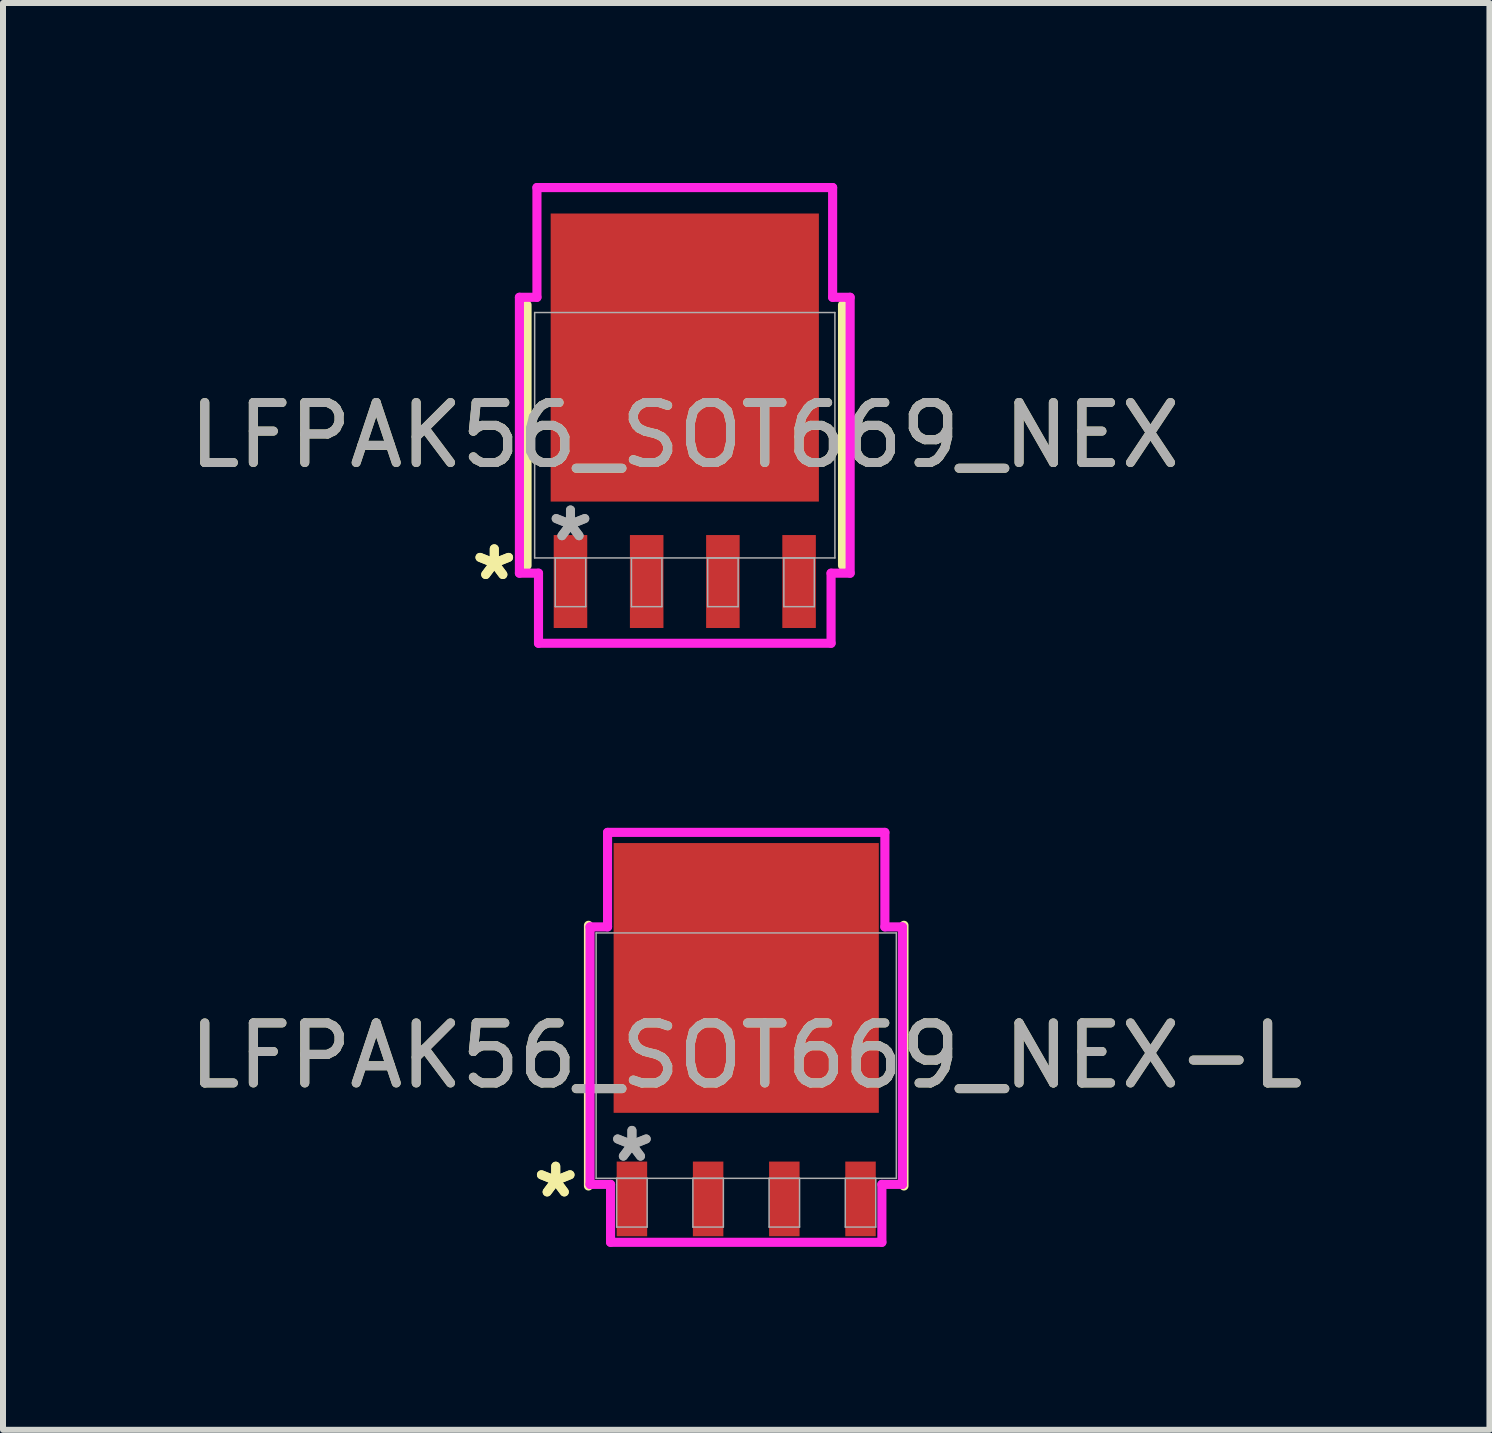
<source format=kicad_pcb>
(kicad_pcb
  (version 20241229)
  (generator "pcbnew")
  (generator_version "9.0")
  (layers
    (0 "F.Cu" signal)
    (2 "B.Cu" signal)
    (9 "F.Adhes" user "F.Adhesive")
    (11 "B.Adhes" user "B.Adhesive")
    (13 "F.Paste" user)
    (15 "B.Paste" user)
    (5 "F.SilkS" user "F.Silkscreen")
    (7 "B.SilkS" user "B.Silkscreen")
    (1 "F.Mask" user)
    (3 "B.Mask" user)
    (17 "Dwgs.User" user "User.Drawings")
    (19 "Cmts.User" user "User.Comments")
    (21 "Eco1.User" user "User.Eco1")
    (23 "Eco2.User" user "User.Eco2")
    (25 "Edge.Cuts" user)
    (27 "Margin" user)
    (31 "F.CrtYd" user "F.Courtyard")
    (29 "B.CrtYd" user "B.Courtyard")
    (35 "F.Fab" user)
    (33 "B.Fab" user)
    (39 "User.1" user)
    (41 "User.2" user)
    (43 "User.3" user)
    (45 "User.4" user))
  (footprint "LFPAK56_SOT669_NEX-L"
    (layer "F.Cu")
    (at 9.387 14.544)
    (property "Reference" "LFPAK56_SOT669_NEX-L" (at 0 0 0) (unlocked yes) (layer "F.SilkS") (effects (font (size 1 1) (thickness 0.15))))
    (attr smd)
    (fp_line (start -2.629 -2.172) (end -2.629 2.172) (stroke (width 0.152) (type solid)) (layer "F.SilkS"))
    (fp_line (start 2.629 2.172) (end 2.629 -2.172) (stroke (width 0.152) (type solid)) (layer "F.SilkS"))
    (fp_line (start -2.603 -2.146) (end -2.311 -2.146) (stroke (width 0.152) (type solid)) (layer "F.CrtYd"))
    (fp_line (start -2.603 2.146) (end -2.603 -2.146) (stroke (width 0.152) (type solid)) (layer "F.CrtYd"))
    (fp_line (start -2.311 -3.721) (end 2.311 -3.721) (stroke (width 0.152) (type solid)) (layer "F.CrtYd"))
    (fp_line (start -2.311 -2.146) (end -2.311 -3.721) (stroke (width 0.152) (type solid)) (layer "F.CrtYd"))
    (fp_line (start -2.261 2.146) (end -2.603 2.146) (stroke (width 0.152) (type solid)) (layer "F.CrtYd"))
    (fp_line (start -2.261 3.111) (end -2.261 2.146) (stroke (width 0.152) (type solid)) (layer "F.CrtYd"))
    (fp_line (start 2.261 2.146) (end 2.261 3.111) (stroke (width 0.152) (type solid)) (layer "F.CrtYd"))
    (fp_line (start 2.261 3.111) (end -2.261 3.111) (stroke (width 0.152) (type solid)) (layer "F.CrtYd"))
    (fp_line (start 2.311 -3.721) (end 2.311 -2.146) (stroke (width 0.152) (type solid)) (layer "F.CrtYd"))
    (fp_line (start 2.311 -2.146) (end 2.603 -2.146) (stroke (width 0.152) (type solid)) (layer "F.CrtYd"))
    (fp_line (start 2.603 -2.146) (end 2.603 2.146) (stroke (width 0.152) (type solid)) (layer "F.CrtYd"))
    (fp_line (start 2.603 2.146) (end 2.261 2.146) (stroke (width 0.152) (type solid)) (layer "F.CrtYd"))
    (fp_line (start -2.502 -2.045) (end -2.502 2.045) (stroke (width 0.025) (type solid)) (layer "F.Fab"))
    (fp_line (start -2.502 2.045) (end 2.502 2.045) (stroke (width 0.025) (type solid)) (layer "F.Fab"))
    (fp_line (start -2.159 2.045) (end -2.159 2.857) (stroke (width 0.025) (type solid)) (layer "F.Fab"))
    (fp_line (start -2.159 2.857) (end -1.651 2.857) (stroke (width 0.025) (type solid)) (layer "F.Fab"))
    (fp_line (start -1.651 2.045) (end -2.159 2.045) (stroke (width 0.025) (type solid)) (layer "F.Fab"))
    (fp_line (start -1.651 2.857) (end -1.651 2.045) (stroke (width 0.025) (type solid)) (layer "F.Fab"))
    (fp_line (start -0.889 2.045) (end -0.889 2.857) (stroke (width 0.025) (type solid)) (layer "F.Fab"))
    (fp_line (start -0.889 2.857) (end -0.381 2.857) (stroke (width 0.025) (type solid)) (layer "F.Fab"))
    (fp_line (start -0.381 2.045) (end -0.889 2.045) (stroke (width 0.025) (type solid)) (layer "F.Fab"))
    (fp_line (start -0.381 2.857) (end -0.381 2.045) (stroke (width 0.025) (type solid)) (layer "F.Fab"))
    (fp_line (start 0.381 2.045) (end 0.381 2.857) (stroke (width 0.025) (type solid)) (layer "F.Fab"))
    (fp_line (start 0.381 2.857) (end 0.889 2.857) (stroke (width 0.025) (type solid)) (layer "F.Fab"))
    (fp_line (start 0.889 2.045) (end 0.381 2.045) (stroke (width 0.025) (type solid)) (layer "F.Fab"))
    (fp_line (start 0.889 2.857) (end 0.889 2.045) (stroke (width 0.025) (type solid)) (layer "F.Fab"))
    (fp_line (start 1.651 2.045) (end 1.651 2.857) (stroke (width 0.025) (type solid)) (layer "F.Fab"))
    (fp_line (start 1.651 2.857) (end 2.159 2.857) (stroke (width 0.025) (type solid)) (layer "F.Fab"))
    (fp_line (start 2.159 2.045) (end 1.651 2.045) (stroke (width 0.025) (type solid)) (layer "F.Fab"))
    (fp_line (start 2.159 2.857) (end 2.159 2.045) (stroke (width 0.025) (type solid)) (layer "F.Fab"))
    (fp_line (start 2.502 -2.045) (end -2.502 -2.045) (stroke (width 0.025) (type solid)) (layer "F.Fab"))
    (fp_line (start 2.502 2.045) (end 2.502 -2.045) (stroke (width 0.025) (type solid)) (layer "F.Fab"))
    (fp_text user "*" (at -3.175 2.388 0) (unlocked yes) (layer "F.SilkS") (effects (font (size 1 1) (thickness 0.15))))
    (fp_text user "*" (at -3.175 2.388 0) (layer "F.SilkS") (effects (font (size 1 1) (thickness 0.15))))
    (fp_text user "${REFERENCE}" (at 0 0 0) (unlocked yes) (layer "F.Fab") (effects (font (size 1 1) (thickness 0.15))))
    (fp_text user "*" (at -1.905 1.791 0) (layer "F.Fab") (effects (font (size 1 1) (thickness 0.15))))
    (fp_text user "*" (at -1.905 1.791 0) (unlocked yes) (layer "F.Fab") (effects (font (size 1 1) (thickness 0.15))))
    (pad "1" smd rect (at -1.905 2.388) (size 0.508 1.245) (layers "F.Cu" "F.Mask" "F.Paste"))
    (pad "2" smd rect (at -0.635 2.388) (size 0.508 1.245) (layers "F.Cu" "F.Mask" "F.Paste"))
    (pad "3" smd rect (at 0.635 2.388) (size 0.508 1.245) (layers "F.Cu" "F.Mask" "F.Paste"))
    (pad "4" smd rect (at 1.905 2.388) (size 0.508 1.245) (layers "F.Cu" "F.Mask" "F.Paste"))
    (pad "5" smd rect (at 0 -1.295) (size 4.42 4.496) (layers "F.Cu" "F.Mask" "F.Paste")))
  (footprint "LFPAK56_SOT669_NEX"
    (layer "F.Cu")
    (at 8.363 4.204)
    (property "Reference" "LFPAK56_SOT669_NEX" (at 0 0 0) (unlocked yes) (layer "F.SilkS") (effects (font (size 1 1) (thickness 0.15))))
    (attr smd)
    (fp_line (start -2.629 -2.172) (end -2.629 2.172) (stroke (width 0.152) (type solid)) (layer "F.SilkS"))
    (fp_line (start 2.629 2.172) (end 2.629 -2.172) (stroke (width 0.152) (type solid)) (layer "F.SilkS"))
    (fp_line (start -2.756 -2.299) (end -2.464 -2.299) (stroke (width 0.152) (type solid)) (layer "F.CrtYd"))
    (fp_line (start -2.756 2.299) (end -2.756 -2.299) (stroke (width 0.152) (type solid)) (layer "F.CrtYd"))
    (fp_line (start -2.464 -4.128) (end 2.464 -4.128) (stroke (width 0.152) (type solid)) (layer "F.CrtYd"))
    (fp_line (start -2.464 -2.299) (end -2.464 -4.128) (stroke (width 0.152) (type solid)) (layer "F.CrtYd"))
    (fp_line (start -2.438 2.299) (end -2.756 2.299) (stroke (width 0.152) (type solid)) (layer "F.CrtYd"))
    (fp_line (start -2.438 3.467) (end -2.438 2.299) (stroke (width 0.152) (type solid)) (layer "F.CrtYd"))
    (fp_line (start 2.438 2.299) (end 2.438 3.467) (stroke (width 0.152) (type solid)) (layer "F.CrtYd"))
    (fp_line (start 2.438 3.467) (end -2.438 3.467) (stroke (width 0.152) (type solid)) (layer "F.CrtYd"))
    (fp_line (start 2.464 -4.128) (end 2.464 -2.299) (stroke (width 0.152) (type solid)) (layer "F.CrtYd"))
    (fp_line (start 2.464 -2.299) (end 2.756 -2.299) (stroke (width 0.152) (type solid)) (layer "F.CrtYd"))
    (fp_line (start 2.756 -2.299) (end 2.756 2.299) (stroke (width 0.152) (type solid)) (layer "F.CrtYd"))
    (fp_line (start 2.756 2.299) (end 2.438 2.299) (stroke (width 0.152) (type solid)) (layer "F.CrtYd"))
    (fp_line (start -2.502 -2.045) (end -2.502 2.045) (stroke (width 0.025) (type solid)) (layer "F.Fab"))
    (fp_line (start -2.502 2.045) (end 2.502 2.045) (stroke (width 0.025) (type solid)) (layer "F.Fab"))
    (fp_line (start -2.159 2.045) (end -2.159 2.857) (stroke (width 0.025) (type solid)) (layer "F.Fab"))
    (fp_line (start -2.159 2.857) (end -1.651 2.857) (stroke (width 0.025) (type solid)) (layer "F.Fab"))
    (fp_line (start -1.651 2.045) (end -2.159 2.045) (stroke (width 0.025) (type solid)) (layer "F.Fab"))
    (fp_line (start -1.651 2.857) (end -1.651 2.045) (stroke (width 0.025) (type solid)) (layer "F.Fab"))
    (fp_line (start -0.889 2.045) (end -0.889 2.857) (stroke (width 0.025) (type solid)) (layer "F.Fab"))
    (fp_line (start -0.889 2.857) (end -0.381 2.857) (stroke (width 0.025) (type solid)) (layer "F.Fab"))
    (fp_line (start -0.381 2.045) (end -0.889 2.045) (stroke (width 0.025) (type solid)) (layer "F.Fab"))
    (fp_line (start -0.381 2.857) (end -0.381 2.045) (stroke (width 0.025) (type solid)) (layer "F.Fab"))
    (fp_line (start 0.381 2.045) (end 0.381 2.857) (stroke (width 0.025) (type solid)) (layer "F.Fab"))
    (fp_line (start 0.381 2.857) (end 0.889 2.857) (stroke (width 0.025) (type solid)) (layer "F.Fab"))
    (fp_line (start 0.889 2.045) (end 0.381 2.045) (stroke (width 0.025) (type solid)) (layer "F.Fab"))
    (fp_line (start 0.889 2.857) (end 0.889 2.045) (stroke (width 0.025) (type solid)) (layer "F.Fab"))
    (fp_line (start 1.651 2.045) (end 1.651 2.857) (stroke (width 0.025) (type solid)) (layer "F.Fab"))
    (fp_line (start 1.651 2.857) (end 2.159 2.857) (stroke (width 0.025) (type solid)) (layer "F.Fab"))
    (fp_line (start 2.159 2.045) (end 1.651 2.045) (stroke (width 0.025) (type solid)) (layer "F.Fab"))
    (fp_line (start 2.159 2.857) (end 2.159 2.045) (stroke (width 0.025) (type solid)) (layer "F.Fab"))
    (fp_line (start 2.502 -2.045) (end -2.502 -2.045) (stroke (width 0.025) (type solid)) (layer "F.Fab"))
    (fp_line (start 2.502 2.045) (end 2.502 -2.045) (stroke (width 0.025) (type solid)) (layer "F.Fab"))
    (fp_text user "*" (at -3.175 2.438 0) (layer "F.SilkS") (effects (font (size 1 1) (thickness 0.15))))
    (fp_text user "*" (at -3.175 2.438 0) (unlocked yes) (layer "F.SilkS") (effects (font (size 1 1) (thickness 0.15))))
    (fp_text user "${REFERENCE}" (at 0 0 0) (unlocked yes) (layer "F.Fab") (effects (font (size 1 1) (thickness 0.15))))
    (fp_text user "*" (at -1.905 1.791 0) (layer "F.Fab") (effects (font (size 1 1) (thickness 0.15))))
    (fp_text user "*" (at -1.905 1.791 0) (unlocked yes) (layer "F.Fab") (effects (font (size 1 1) (thickness 0.15))))
    (pad "1" smd rect (at -1.905 2.438) (size 0.559 1.549) (layers "F.Cu" "F.Mask" "F.Paste"))
    (pad "2" smd rect (at -0.635 2.438) (size 0.559 1.549) (layers "F.Cu" "F.Mask" "F.Paste"))
    (pad "3" smd rect (at 0.635 2.438) (size 0.559 1.549) (layers "F.Cu" "F.Mask" "F.Paste"))
    (pad "4" smd rect (at 1.905 2.438) (size 0.559 1.549) (layers "F.Cu" "F.Mask" "F.Paste"))
    (pad "5" smd rect (at 0 -1.295) (size 4.47 4.801) (layers "F.Cu" "F.Mask" "F.Paste")))
  (gr_rect
    (start -3 -3)
    (end 21.774 20.78)
    (stroke (width 0.1) (type default))
    (fill no)
    (layer "Edge.Cuts")))
</source>
